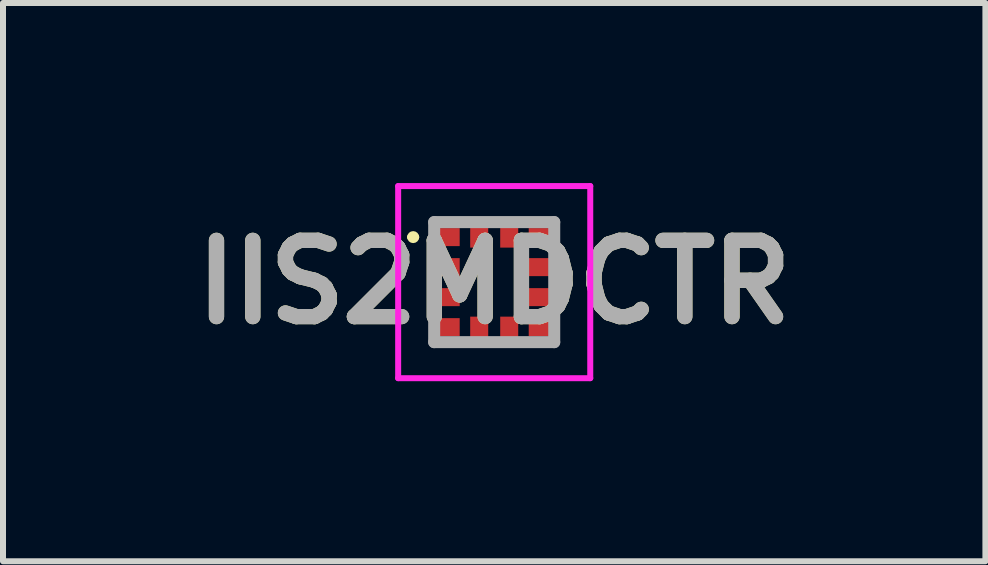
<source format=kicad_pcb>
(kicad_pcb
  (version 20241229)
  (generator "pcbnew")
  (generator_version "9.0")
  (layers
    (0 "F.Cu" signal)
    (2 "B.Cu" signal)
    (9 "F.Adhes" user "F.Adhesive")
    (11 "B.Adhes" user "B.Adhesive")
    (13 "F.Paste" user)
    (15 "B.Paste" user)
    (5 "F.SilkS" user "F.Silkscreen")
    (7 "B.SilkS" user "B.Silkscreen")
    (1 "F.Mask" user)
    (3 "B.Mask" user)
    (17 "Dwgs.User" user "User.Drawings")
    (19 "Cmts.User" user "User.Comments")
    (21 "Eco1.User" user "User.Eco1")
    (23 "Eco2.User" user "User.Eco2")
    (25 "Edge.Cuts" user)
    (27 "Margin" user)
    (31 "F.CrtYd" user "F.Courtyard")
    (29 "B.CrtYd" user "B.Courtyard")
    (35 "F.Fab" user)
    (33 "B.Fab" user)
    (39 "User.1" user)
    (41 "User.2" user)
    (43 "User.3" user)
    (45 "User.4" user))
  (footprint "IIS2MDCTR"
    (layer "F.Cu")
    (at 5.183 1.65)
    (property "Reference" "IIS2MDCTR" (at 0 0 0) (layer "F.SilkS") (effects (font (size 1.27 1.27) (thickness 0.254))))
    (attr smd)
    (fp_line (start -1.4 -0.75) (end -1.4 -0.75) (stroke (width 0.1) (type solid)) (layer "F.SilkS"))
    (fp_line (start -1.3 -0.75) (end -1.3 -0.75) (stroke (width 0.1) (type solid)) (layer "F.SilkS"))
    (fp_arc (start -1.4 -0.75) (mid -1.35 -0.8) (end -1.3 -0.75) (stroke (width 0.1) (type solid)) (layer "F.SilkS"))
    (fp_arc (start -1.3 -0.75) (mid -1.35 -0.7) (end -1.4 -0.75) (stroke (width 0.1) (type solid)) (layer "F.SilkS"))
    (fp_line (start -1.6 -1.6) (end 1.6 -1.6) (stroke (width 0.1) (type solid)) (layer "F.CrtYd"))
    (fp_line (start -1.6 1.6) (end -1.6 -1.6) (stroke (width 0.1) (type solid)) (layer "F.CrtYd"))
    (fp_line (start 1.6 -1.6) (end 1.6 1.6) (stroke (width 0.1) (type solid)) (layer "F.CrtYd"))
    (fp_line (start 1.6 1.6) (end -1.6 1.6) (stroke (width 0.1) (type solid)) (layer "F.CrtYd"))
    (fp_line (start -1 -1) (end 1 -1) (stroke (width 0.2) (type solid)) (layer "F.Fab"))
    (fp_line (start -1 1) (end -1 -1) (stroke (width 0.2) (type solid)) (layer "F.Fab"))
    (fp_line (start 1 -1) (end 1 1) (stroke (width 0.2) (type solid)) (layer "F.Fab"))
    (fp_line (start 1 1) (end -1 1) (stroke (width 0.2) (type solid)) (layer "F.Fab"))
    (fp_text user "${REFERENCE}" (at 0 0 0) (layer "F.Fab") (effects (font (size 1.27 1.27) (thickness 0.254))))
    (pad "1" smd rect (at -0.75 -0.75 90) (size 0.3 0.35) (layers "F.Cu" "F.Mask" "F.Paste"))
    (pad "2" smd rect (at -0.75 -0.25 90) (size 0.3 0.35) (layers "F.Cu" "F.Mask" "F.Paste"))
    (pad "3" smd rect (at -0.75 0.25 90) (size 0.3 0.35) (layers "F.Cu" "F.Mask" "F.Paste"))
    (pad "4" smd rect (at -0.75 0.75 90) (size 0.3 0.35) (layers "F.Cu" "F.Mask" "F.Paste"))
    (pad "5" smd rect (at -0.25 0.75) (size 0.3 0.35) (layers "F.Cu" "F.Mask" "F.Paste"))
    (pad "6" smd rect (at 0.25 0.75) (size 0.3 0.35) (layers "F.Cu" "F.Mask" "F.Paste"))
    (pad "7" smd rect (at 0.75 0.75 90) (size 0.3 0.35) (layers "F.Cu" "F.Mask" "F.Paste"))
    (pad "8" smd rect (at 0.75 0.25 90) (size 0.3 0.35) (layers "F.Cu" "F.Mask" "F.Paste"))
    (pad "9" smd rect (at 0.75 -0.25 90) (size 0.3 0.35) (layers "F.Cu" "F.Mask" "F.Paste"))
    (pad "10" smd rect (at 0.75 -0.75 90) (size 0.3 0.35) (layers "F.Cu" "F.Mask" "F.Paste"))
    (pad "11" smd rect (at 0.25 -0.75) (size 0.3 0.35) (layers "F.Cu" "F.Mask" "F.Paste"))
    (pad "12" smd rect (at -0.25 -0.75) (size 0.3 0.35) (layers "F.Cu" "F.Mask" "F.Paste")))
  (gr_rect
    (start -3 -3)
    (end 13.366 6.3)
    (stroke (width 0.1) (type default))
    (fill no)
    (layer "Edge.Cuts")))
</source>
